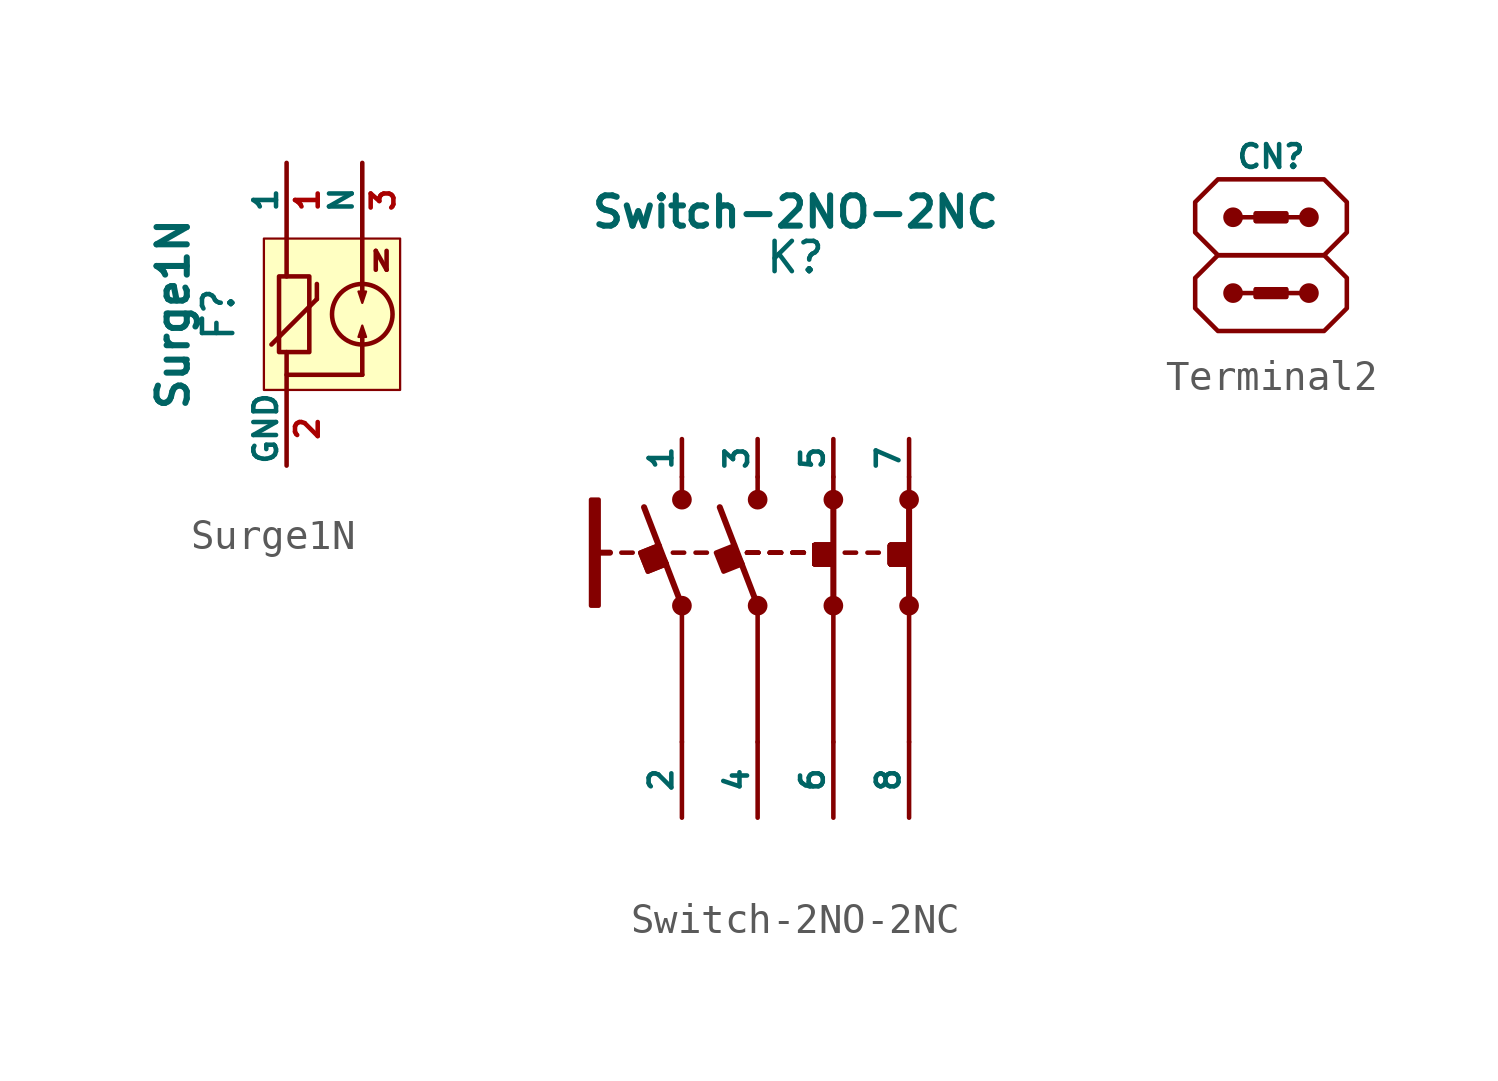
<source format=kicad_sym>
(kicad_symbol_lib
  (version 20231120)
  (generator "kicad_symbol_editor")
  (generator_version "8.0")
  (symbol "Surge1N"
    (pin_names
      (offset 0))
    (property "Reference" "F"
      (at -3.556 0 90)
      (effects (font (size 1.016 1.016))))
    (property "Value" "Surge1N"
      (at -5.08 0 90)
      (effects (font (size 1.016 1.016) (bold yes))))
    (symbol "Surge1N_0_0"
      (rectangle (start -1.524 1.27) (end -0.508 -1.27) (stroke (width 0) (type solid)) (fill (type none)))
      (rectangle (start -1.27 -2.54) (end -1.27 -1.27) (stroke (width 0) (type solid)) (fill (type none)))
      (polyline (pts (xy -1.778 -1.016) (xy -0.254 0.508)) (stroke (width 0) (type solid)) (fill (type none)))
      (polyline (pts (xy -1.27 2.54) (xy -1.27 1.27)) (stroke (width 0) (type solid)) (fill (type none)))
      (polyline (pts (xy -0.254 0.508) (xy -0.254 1.016)) (stroke (width 0) (type solid)) (fill (type none)))
      (polyline (pts (xy 1.27 -0.762) (xy 1.27 -2.032)) (stroke (width 0) (type solid)) (fill (type none)))
      (polyline (pts (xy 1.27 2.54) (xy 1.27 0.762)) (stroke (width 0) (type solid)) (fill (type none)))
      (polyline (pts (xy 1.143 0.762) (xy 1.397 0.762) (xy 1.27 0.381) (xy 1.143 0.762)) (stroke (width 0.076) (type solid)) (fill (type outline)))
      (polyline (pts (xy 1.397 -0.762) (xy 1.143 -0.762) (xy 1.27 -0.381) (xy 1.397 -0.762)) (stroke (width 0.076) (type solid)) (fill (type outline)))
      (circle (center 1.27 0) (radius 1.016) (stroke (width 0) (type solid)) (fill (type none)))
      (text "N" (at 1.905 1.778 0) (effects (font (size 0.635 0.635)))))
    (symbol "Surge1N_0_1"
      (rectangle (start -2.032 2.54) (end 2.54 -2.54) (stroke (width 0.076) (type solid)) (fill (type background)))
      (polyline (pts (xy -1.27 -2.032) (xy 1.27 -2.032)) (stroke (width 0) (type solid)) (fill (type none))))
    (symbol "Surge1N_1_1"
      (pin passive line (at -1.27 5.08 270) (length 2.489) (name "1" (effects (font (size 0.762 0.762)))) (number "1" (effects (font (size 0.762 0.762)))))
      (pin passive line (at -1.27 -5.08 90) (length 2.489) (name "GND" (effects (font (size 0.762 0.762)))) (number "2" (effects (font (size 0.762 0.762)))))
      (pin passive line (at 1.27 5.08 270) (length 2.489) (name "N" (effects (font (size 0.762 0.762)))) (number "3" (effects (font (size 0.762 0.762)))))))
  (symbol "Switch-2NO-2NC"
    (pin_numbers hide)
    (pin_names
      (offset 0))
    (property "Reference" "K"
      (at 0 12.446 0)
      (effects (font (size 1.016 1.016))))
    (property "Value" "Switch-2NO-2NC"
      (at 0 13.97 0)
      (effects (font (size 1.016 1.016) (bold yes))))
    (symbol "Switch-2NO-2NC_0_1"
      (polyline (pts (xy -5.461 2.54) (xy -5.842 2.54)) (stroke (width 0) (type solid)) (fill (type none)))
      (polyline (pts (xy -3.81 0.762) (xy -3.81 -3.81)) (stroke (width 0) (type solid)) (fill (type none)))
      (polyline (pts (xy -3.81 5.08) (xy -3.81 4.318)) (stroke (width 0) (type solid)) (fill (type none)))
      (polyline (pts (xy -3.734 2.54) (xy -4.115 2.54)) (stroke (width 0) (type solid)) (fill (type none)))
      (polyline (pts (xy -2.972 2.54) (xy -3.353 2.54)) (stroke (width 0) (type solid)) (fill (type none)))
      (polyline (pts (xy -1.27 0.762) (xy -1.27 -3.81)) (stroke (width 0) (type solid)) (fill (type none)))
      (polyline (pts (xy -1.27 5.08) (xy -1.27 4.318)) (stroke (width 0) (type solid)) (fill (type none)))
      (polyline (pts (xy -1.245 2.54) (xy -1.626 2.54)) (stroke (width 0) (type solid)) (fill (type none)))
      (polyline (pts (xy -1.245 2.54) (xy -1.626 2.54)) (stroke (width 0) (type solid)) (fill (type none)))
      (polyline (pts (xy -1.245 2.54) (xy -1.626 2.54)) (stroke (width 0) (type solid)) (fill (type none)))
      (polyline (pts (xy -1.245 2.54) (xy -1.626 2.54)) (stroke (width 0) (type solid)) (fill (type none)))
      (polyline (pts (xy -0.483 2.54) (xy -0.864 2.54)) (stroke (width 0) (type solid)) (fill (type none)))
      (polyline (pts (xy -0.483 2.54) (xy -0.864 2.54)) (stroke (width 0) (type solid)) (fill (type none)))
      (polyline (pts (xy -0.483 2.54) (xy -0.864 2.54)) (stroke (width 0) (type solid)) (fill (type none)))
      (polyline (pts (xy -0.483 2.54) (xy -0.864 2.54)) (stroke (width 0) (type solid)) (fill (type none)))
      (polyline (pts (xy 0.279 2.54) (xy -0.102 2.54)) (stroke (width 0) (type solid)) (fill (type none)))
      (polyline (pts (xy 0.279 2.54) (xy -0.102 2.54)) (stroke (width 0) (type solid)) (fill (type none)))
      (polyline (pts (xy 0.279 2.54) (xy -0.102 2.54)) (stroke (width 0) (type solid)) (fill (type none)))
      (polyline (pts (xy 0.279 2.54) (xy -0.102 2.54)) (stroke (width 0) (type solid)) (fill (type none)))
      (polyline (pts (xy 1.27 0.762) (xy 1.27 -3.81)) (stroke (width 0) (type solid)) (fill (type none)))
      (polyline (pts (xy 1.27 5.08) (xy 1.27 4.318)) (stroke (width 0) (type solid)) (fill (type none)))
      (polyline (pts (xy 2.032 2.54) (xy 1.651 2.54)) (stroke (width 0) (type solid)) (fill (type none)))
      (polyline (pts (xy 2.794 2.54) (xy 2.413 2.54)) (stroke (width 0) (type solid)) (fill (type none)))
      (polyline (pts (xy 3.81 0.762) (xy 3.81 -3.81)) (stroke (width 0) (type solid)) (fill (type none)))
      (polyline (pts (xy 3.81 5.08) (xy 3.81 4.318)) (stroke (width 0) (type solid)) (fill (type none)))
      (polyline (pts (xy 1.27 2.794) (xy 0.635 2.794) (xy 0.635 2.159) (xy 1.27 2.159)) (stroke (width 0) (type solid)) (fill (type outline)))
      (polyline (pts (xy 1.27 2.794) (xy 0.635 2.794) (xy 0.635 2.159) (xy 1.27 2.159)) (stroke (width 0) (type solid)) (fill (type outline)))
      (polyline (pts (xy 1.27 2.794) (xy 0.635 2.794) (xy 0.635 2.159) (xy 1.27 2.159)) (stroke (width 0) (type solid)) (fill (type outline)))
      (polyline (pts (xy 1.27 2.794) (xy 0.635 2.794) (xy 0.635 2.159) (xy 1.27 2.159)) (stroke (width 0) (type solid)) (fill (type outline)))
      (polyline (pts (xy 1.27 2.794) (xy 0.635 2.794) (xy 0.635 2.159) (xy 1.27 2.159)) (stroke (width 0) (type solid)) (fill (type outline)))
      (polyline (pts (xy 1.27 2.794) (xy 0.635 2.794) (xy 0.635 2.159) (xy 1.27 2.159)) (stroke (width 0) (type solid)) (fill (type outline)))
      (polyline (pts (xy 1.27 2.794) (xy 0.635 2.794) (xy 0.635 2.159) (xy 1.27 2.159)) (stroke (width 0) (type solid)) (fill (type outline)))
      (polyline (pts (xy 1.27 2.794) (xy 0.635 2.794) (xy 0.635 2.159) (xy 1.27 2.159)) (stroke (width 0) (type solid)) (fill (type outline)))
      (polyline (pts (xy 1.27 2.794) (xy 0.635 2.794) (xy 0.635 2.159) (xy 1.27 2.159)) (stroke (width 0) (type solid)) (fill (type outline)))
      (polyline (pts (xy 1.27 2.794) (xy 0.635 2.794) (xy 0.635 2.159) (xy 1.27 2.159)) (stroke (width 0) (type solid)) (fill (type outline)))
      (polyline (pts (xy 1.27 2.794) (xy 0.635 2.794) (xy 0.635 2.159) (xy 1.27 2.159)) (stroke (width 0) (type solid)) (fill (type outline)))
      (polyline (pts (xy 1.27 2.794) (xy 0.635 2.794) (xy 0.635 2.159) (xy 1.27 2.159)) (stroke (width 0) (type solid)) (fill (type outline)))
      (polyline (pts (xy 1.27 2.794) (xy 0.635 2.794) (xy 0.635 2.159) (xy 1.27 2.159)) (stroke (width 0) (type solid)) (fill (type outline)))
      (polyline (pts (xy 1.27 2.794) (xy 0.635 2.794) (xy 0.635 2.159) (xy 1.27 2.159)) (stroke (width 0) (type solid)) (fill (type outline)))
      (polyline (pts (xy 1.27 2.794) (xy 0.635 2.794) (xy 0.635 2.159) (xy 1.27 2.159)) (stroke (width 0) (type solid)) (fill (type outline)))
      (polyline (pts (xy 1.27 2.794) (xy 0.635 2.794) (xy 0.635 2.159) (xy 1.27 2.159)) (stroke (width 0) (type solid)) (fill (type outline)))
      (polyline (pts (xy 3.81 2.794) (xy 3.175 2.794) (xy 3.175 2.159) (xy 3.81 2.159)) (stroke (width 0) (type solid)) (fill (type outline)))
      (polyline (pts (xy 3.81 2.794) (xy 3.175 2.794) (xy 3.175 2.159) (xy 3.81 2.159)) (stroke (width 0) (type solid)) (fill (type outline)))
      (polyline (pts (xy 3.81 2.794) (xy 3.175 2.794) (xy 3.175 2.159) (xy 3.81 2.159)) (stroke (width 0) (type solid)) (fill (type outline)))
      (polyline (pts (xy 3.81 2.794) (xy 3.175 2.794) (xy 3.175 2.159) (xy 3.81 2.159)) (stroke (width 0) (type solid)) (fill (type outline)))
      (polyline (pts (xy 3.81 2.794) (xy 3.175 2.794) (xy 3.175 2.159) (xy 3.81 2.159)) (stroke (width 0) (type solid)) (fill (type outline)))
      (polyline (pts (xy 3.81 2.794) (xy 3.175 2.794) (xy 3.175 2.159) (xy 3.81 2.159)) (stroke (width 0) (type solid)) (fill (type outline)))
      (polyline (pts (xy 3.81 2.794) (xy 3.175 2.794) (xy 3.175 2.159) (xy 3.81 2.159)) (stroke (width 0) (type solid)) (fill (type outline)))
      (polyline (pts (xy 3.81 2.794) (xy 3.175 2.794) (xy 3.175 2.159) (xy 3.81 2.159)) (stroke (width 0) (type solid)) (fill (type outline)))
      (polyline (pts (xy 3.81 2.794) (xy 3.175 2.794) (xy 3.175 2.159) (xy 3.81 2.159)) (stroke (width 0) (type solid)) (fill (type outline)))
      (polyline (pts (xy 3.81 2.794) (xy 3.175 2.794) (xy 3.175 2.159) (xy 3.81 2.159)) (stroke (width 0) (type solid)) (fill (type outline)))
      (polyline (pts (xy 3.81 2.794) (xy 3.175 2.794) (xy 3.175 2.159) (xy 3.81 2.159)) (stroke (width 0) (type solid)) (fill (type outline)))
      (polyline (pts (xy 3.81 2.794) (xy 3.175 2.794) (xy 3.175 2.159) (xy 3.81 2.159)) (stroke (width 0) (type solid)) (fill (type outline)))
      (polyline (pts (xy 3.81 2.794) (xy 3.175 2.794) (xy 3.175 2.159) (xy 3.81 2.159)) (stroke (width 0) (type solid)) (fill (type outline)))
      (polyline (pts (xy 3.81 2.794) (xy 3.175 2.794) (xy 3.175 2.159) (xy 3.81 2.159)) (stroke (width 0) (type solid)) (fill (type outline)))
      (polyline (pts (xy 3.81 2.794) (xy 3.175 2.794) (xy 3.175 2.159) (xy 3.81 2.159)) (stroke (width 0) (type solid)) (fill (type outline)))
      (polyline (pts (xy 3.81 2.794) (xy 3.175 2.794) (xy 3.175 2.159) (xy 3.81 2.159)) (stroke (width 0) (type solid)) (fill (type outline)))
      (polyline (pts (xy -6.604 4.318) (xy -6.604 0.762) (xy -6.858 0.762) (xy -6.858 4.318) (xy -6.604 4.318)) (stroke (width 0) (type solid)) (fill (type outline))))
    (symbol "Switch-2NO-2NC_1_1"
      (circle (center -3.81 0.762) (radius 0.254) (stroke (width 0) (type solid)) (fill (type outline)))
      (circle (center -3.81 4.318) (radius 0.254) (stroke (width 0) (type solid)) (fill (type outline)))
      (circle (center -1.27 0.762) (radius 0.254) (stroke (width 0) (type solid)) (fill (type outline)))
      (circle (center -1.27 4.318) (radius 0.254) (stroke (width 0) (type solid)) (fill (type outline)))
      (polyline (pts (xy -6.223 2.54) (xy -6.604 2.54)) (stroke (width 0.203) (type solid)) (fill (type none)))
      (polyline (pts (xy -3.81 0.762) (xy -5.08 4.064)) (stroke (width 0.203) (type solid)) (fill (type none)))
      (polyline (pts (xy -1.27 0.762) (xy -2.54 4.064)) (stroke (width 0.203) (type solid)) (fill (type none)))
      (polyline (pts (xy 1.27 0.762) (xy 1.27 4.318)) (stroke (width 0.203) (type solid)) (fill (type none)))
      (polyline (pts (xy 3.81 0.762) (xy 3.81 4.318)) (stroke (width 0.203) (type solid)) (fill (type none)))
      (polyline (pts (xy -4.572 2.794) (xy -5.207 2.54) (xy -4.953 1.905) (xy -4.318 2.159) (xy -4.572 2.667)) (stroke (width 0) (type solid)) (fill (type outline)))
      (polyline (pts (xy -4.572 2.794) (xy -5.207 2.54) (xy -4.953 1.905) (xy -4.318 2.159) (xy -4.572 2.667)) (stroke (width 0) (type solid)) (fill (type outline)))
      (polyline (pts (xy -2.032 2.794) (xy -2.667 2.54) (xy -2.413 1.905) (xy -1.778 2.159) (xy -2.032 2.667)) (stroke (width 0) (type solid)) (fill (type outline)))
      (circle (center 1.27 0.762) (radius 0.254) (stroke (width 0) (type solid)) (fill (type outline)))
      (circle (center 1.27 4.318) (radius 0.254) (stroke (width 0) (type solid)) (fill (type outline)))
      (circle (center 3.81 0.762) (radius 0.254) (stroke (width 0) (type solid)) (fill (type outline)))
      (circle (center 3.81 4.318) (radius 0.254) (stroke (width 0) (type solid)) (fill (type outline)))
      (pin passive line (at -3.81 6.35 270) (length 1.27) (name "1" (effects (font (size 0.762 0.762)))) (number "1" (effects (font (size 0.762 0.762)))))
      (pin passive line (at -3.81 -6.35 90) (length 2.54) (name "2" (effects (font (size 0.762 0.762)))) (number "2" (effects (font (size 0.762 0.762)))))
      (pin passive line (at -1.27 6.35 270) (length 1.27) (name "3" (effects (font (size 0.762 0.762)))) (number "3" (effects (font (size 0.762 0.762)))))
      (pin passive line (at -1.27 -6.35 90) (length 2.54) (name "4" (effects (font (size 0.762 0.762)))) (number "4" (effects (font (size 0.762 0.762)))))
      (pin passive line (at 1.27 6.35 270) (length 1.27) (name "5" (effects (font (size 0.762 0.762)))) (number "5" (effects (font (size 0.762 0.762)))))
      (pin passive line (at 1.27 -6.35 90) (length 2.54) (name "6" (effects (font (size 0.762 0.762)))) (number "6" (effects (font (size 0.762 0.762)))))
      (pin passive line (at 3.81 6.35 270) (length 1.27) (name "7" (effects (font (size 0.762 0.762)))) (number "7" (effects (font (size 0.762 0.762)))))
      (pin passive line (at 3.81 -6.35 90) (length 2.54) (name "8" (effects (font (size 0.762 0.762)))) (number "8" (effects (font (size 0.762 0.762)))))))
  (symbol "Terminal2"
    (pin_numbers hide)
    (pin_names
      (offset 0) hide)
    (property "Reference" "CN"
      (at 0 3.302 0)
      (effects (font (size 0.762 0.762))))
    (symbol "Terminal2_0_1"
      (circle (center -1.27 -1.27) (radius 0.254) (stroke (width 0) (type solid)) (fill (type outline)))
      (circle (center -1.27 1.27) (radius 0.254) (stroke (width 0) (type solid)) (fill (type outline)))
      (polyline (pts (xy -1.27 -1.27) (xy 1.27 -1.27)) (stroke (width 0) (type solid)) (fill (type none)))
      (polyline (pts (xy -1.27 1.27) (xy 1.27 1.27)) (stroke (width 0) (type solid)) (fill (type none)))
      (polyline (pts (xy -1.778 -2.54) (xy -2.54 -1.778) (xy -2.54 -0.762) (xy -1.778 0) (xy 1.778 0) (xy 2.54 -0.762) (xy 2.54 -1.778) (xy 1.778 -2.54) (xy -1.778 -2.54)) (stroke (width 0) (type solid)) (fill (type none)))
      (polyline (pts (xy -1.778 0) (xy -2.54 0.762) (xy -2.54 1.778) (xy -1.778 2.54) (xy 1.778 2.54) (xy 2.54 1.778) (xy 2.54 0.762) (xy 1.778 0) (xy -1.778 0)) (stroke (width 0) (type solid)) (fill (type none)))
      (circle (center 1.27 -1.27) (radius 0.254) (stroke (width 0) (type solid)) (fill (type outline)))
      (circle (center 1.27 1.27) (radius 0.254) (stroke (width 0) (type solid)) (fill (type outline))))
    (symbol "Terminal2_1_1"
      (rectangle (start -0.508 -1.143) (end 0.508 -1.397) (stroke (width 0) (type solid)) (fill (type outline)))
      (rectangle (start -0.508 -1.143) (end 0.508 -1.397) (stroke (width 0) (type solid)) (fill (type outline)))
      (rectangle (start -0.508 1.397) (end 0.508 1.143) (stroke (width 0) (type solid)) (fill (type outline)))
      (rectangle (start -0.508 1.397) (end 0.508 1.143) (stroke (width 0) (type solid)) (fill (type outline)))
      (pin passive line (at -1.27 1.27 0) (length 0) (name "1" (effects (font (size 0.889 0.889)))) (number "1" (effects (font (size 0.889 0.889)))))
      (pin passive line (at 1.27 1.27 180) (length 0) (name "2" (effects (font (size 0.889 0.889)))) (number "2" (effects (font (size 0.889 0.889)))))
      (pin passive line (at -1.27 -1.27 0) (length 0) (name "3" (effects (font (size 0.889 0.889)))) (number "3" (effects (font (size 0.889 0.889)))))
      (pin passive line (at 1.27 -1.27 180) (length 0) (name "4" (effects (font (size 0.889 0.889)))) (number "4" (effects (font (size 0.889 0.889))))))))
</source>
